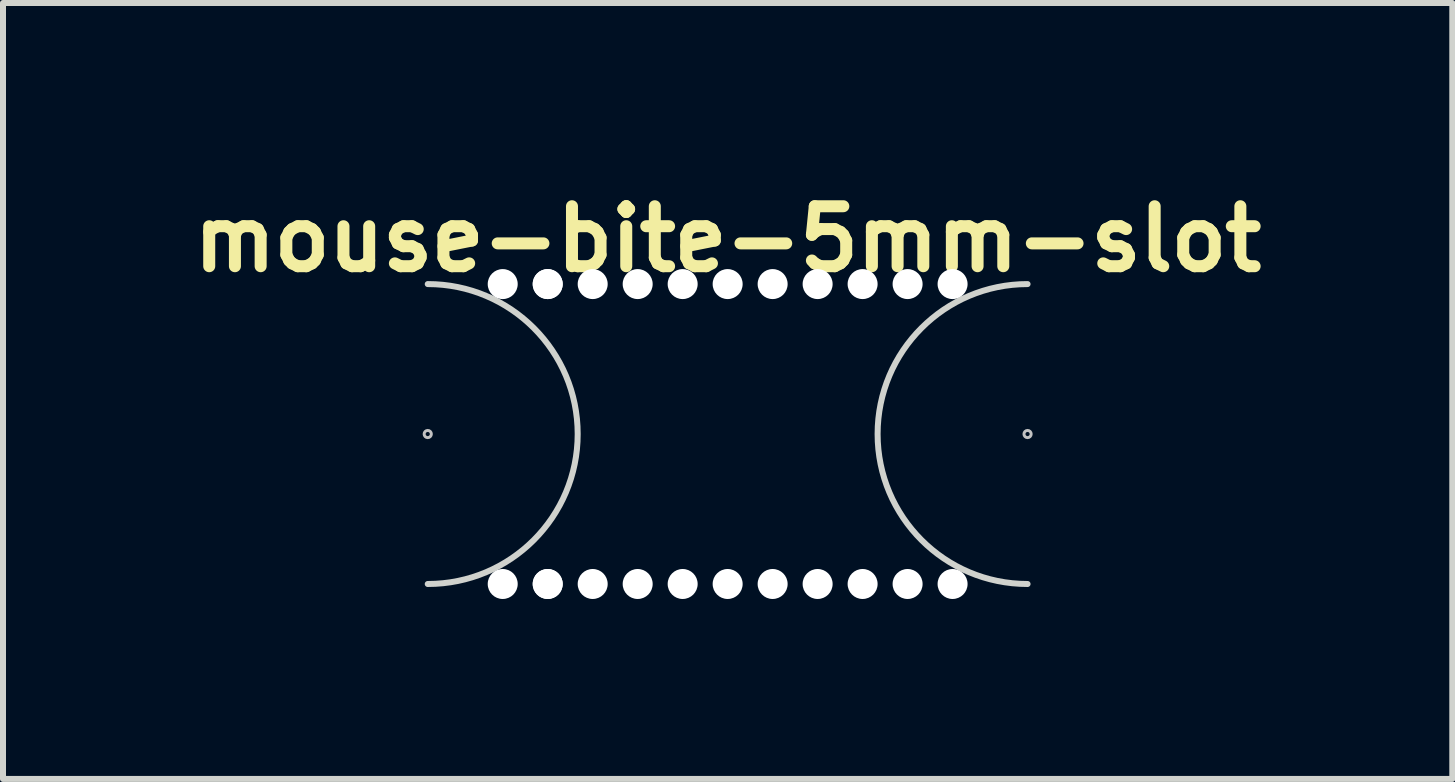
<source format=kicad_pcb>
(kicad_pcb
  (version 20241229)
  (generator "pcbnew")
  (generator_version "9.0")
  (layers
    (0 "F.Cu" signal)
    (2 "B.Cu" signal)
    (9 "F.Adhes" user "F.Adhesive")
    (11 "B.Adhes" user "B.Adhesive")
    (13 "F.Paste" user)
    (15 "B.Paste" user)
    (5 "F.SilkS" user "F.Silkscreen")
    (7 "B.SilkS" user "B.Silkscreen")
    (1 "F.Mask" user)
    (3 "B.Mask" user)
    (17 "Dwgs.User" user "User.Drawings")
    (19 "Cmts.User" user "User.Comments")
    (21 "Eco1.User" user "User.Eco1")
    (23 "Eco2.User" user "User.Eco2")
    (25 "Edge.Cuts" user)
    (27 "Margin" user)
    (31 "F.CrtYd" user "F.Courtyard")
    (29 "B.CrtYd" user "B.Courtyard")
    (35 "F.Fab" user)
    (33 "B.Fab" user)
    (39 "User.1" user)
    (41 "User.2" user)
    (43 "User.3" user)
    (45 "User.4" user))
  (footprint "mouse-bite-5mm-slot"
    (layer "F.Cu")
    (at 9.081 4.186)
    (property "Reference" "mouse-bite-5mm-slot" (at 0 -3.25 0) (layer "F.SilkS") (effects (font (size 1 1) (thickness 0.2))))
    (attr through_hole)
    (fp_circle (center -5 0) (end -4.94 0) (stroke (width 0.05) (type solid)) (fill no) (layer "Dwgs.User"))
    (fp_circle (center 5 0) (end 5.06 0) (stroke (width 0.05) (type solid)) (fill no) (layer "Dwgs.User"))
    (fp_line (start -5 0) (end -5 0) (stroke (width 5) (type solid)) (layer "Eco1.User"))
    (fp_line (start 5 0) (end 5 0) (stroke (width 5) (type solid)) (layer "Eco1.User"))
    (fp_arc (start -5 -2.5) (mid -2.5 0) (end -5 2.5) (stroke (width 0.1) (type solid)) (layer "Edge.Cuts"))
    (fp_arc (start 5 2.5) (mid 2.5 0) (end 5 -2.5) (stroke (width 0.1) (type solid)) (layer "Edge.Cuts"))
    (pad "" np_thru_hole circle (at -3.75 -2.5) (size 0.5 0.5) (drill 0.5) (layers "*.Cu" "*.Mask"))
    (pad "" np_thru_hole circle (at -3.75 2.5) (size 0.5 0.5) (drill 0.5) (layers "*.Cu" "*.Mask"))
    (pad "" np_thru_hole circle (at -3 -2.5) (size 0.5 0.5) (drill 0.5) (layers "*.Cu" "*.Mask"))
    (pad "" np_thru_hole circle (at -3 -2.5) (size 0.5 0.5) (drill 0.5) (layers "*.Cu" "*.Mask"))
    (pad "" np_thru_hole circle (at -3 2.5) (size 0.5 0.5) (drill 0.5) (layers "*.Cu" "*.Mask"))
    (pad "" np_thru_hole circle (at -3 2.5) (size 0.5 0.5) (drill 0.5) (layers "*.Cu" "*.Mask"))
    (pad "" np_thru_hole circle (at -2.25 -2.5) (size 0.5 0.5) (drill 0.5) (layers "*.Cu" "*.Mask"))
    (pad "" np_thru_hole circle (at -2.25 2.5) (size 0.5 0.5) (drill 0.5) (layers "*.Cu" "*.Mask"))
    (pad "" np_thru_hole circle (at -1.5 -2.5) (size 0.5 0.5) (drill 0.5) (layers "*.Cu" "*.Mask"))
    (pad "" np_thru_hole circle (at -1.5 2.5) (size 0.5 0.5) (drill 0.5) (layers "*.Cu" "*.Mask"))
    (pad "" np_thru_hole circle (at -0.75 -2.5) (size 0.5 0.5) (drill 0.5) (layers "*.Cu" "*.Mask"))
    (pad "" np_thru_hole circle (at -0.75 2.5) (size 0.5 0.5) (drill 0.5) (layers "*.Cu" "*.Mask"))
    (pad "" np_thru_hole circle (at 0 -2.5) (size 0.5 0.5) (drill 0.5) (layers "*.Cu" "*.Mask"))
    (pad "" np_thru_hole circle (at 0 2.5) (size 0.5 0.5) (drill 0.5) (layers "*.Cu" "*.Mask"))
    (pad "" np_thru_hole circle (at 0.75 -2.5) (size 0.5 0.5) (drill 0.5) (layers "*.Cu" "*.Mask"))
    (pad "" np_thru_hole circle (at 0.75 2.5) (size 0.5 0.5) (drill 0.5) (layers "*.Cu" "*.Mask"))
    (pad "" np_thru_hole circle (at 1.5 -2.5) (size 0.5 0.5) (drill 0.5) (layers "*.Cu" "*.Mask"))
    (pad "" np_thru_hole circle (at 1.5 2.5) (size 0.5 0.5) (drill 0.5) (layers "*.Cu" "*.Mask"))
    (pad "" np_thru_hole circle (at 2.25 -2.5) (size 0.5 0.5) (drill 0.5) (layers "*.Cu" "*.Mask"))
    (pad "" np_thru_hole circle (at 2.25 2.5) (size 0.5 0.5) (drill 0.5) (layers "*.Cu" "*.Mask"))
    (pad "" np_thru_hole circle (at 3 -2.5) (size 0.5 0.5) (drill 0.5) (layers "*.Cu" "*.Mask"))
    (pad "" np_thru_hole circle (at 3 2.5) (size 0.5 0.5) (drill 0.5) (layers "*.Cu" "*.Mask"))
    (pad "" np_thru_hole circle (at 3.75 -2.5) (size 0.5 0.5) (drill 0.5) (layers "*.Cu" "*.Mask"))
    (pad "" np_thru_hole circle (at 3.75 2.5) (size 0.5 0.5) (drill 0.5) (layers "*.Cu" "*.Mask")))
  (gr_rect
    (start -3 -3)
    (end 21.162 9.936)
    (stroke (width 0.1) (type default))
    (fill no)
    (layer "Edge.Cuts")))
</source>
